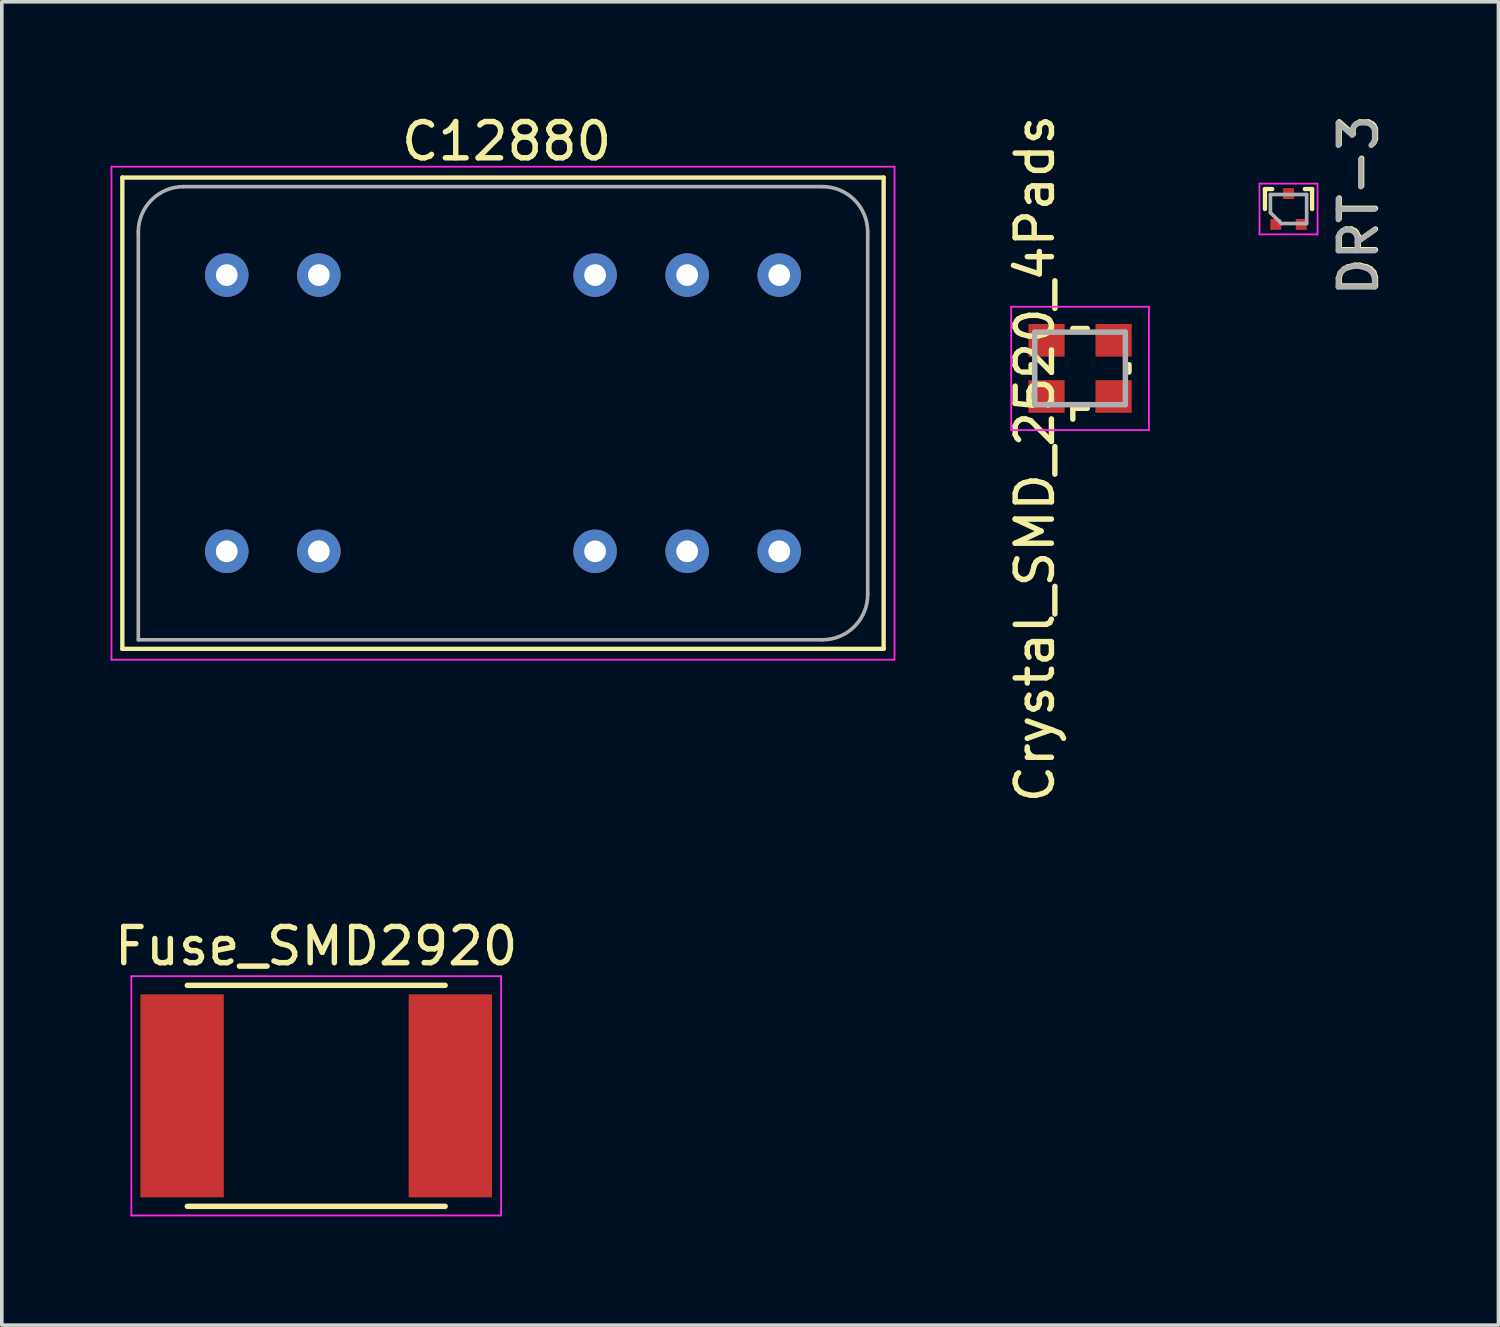
<source format=kicad_pcb>
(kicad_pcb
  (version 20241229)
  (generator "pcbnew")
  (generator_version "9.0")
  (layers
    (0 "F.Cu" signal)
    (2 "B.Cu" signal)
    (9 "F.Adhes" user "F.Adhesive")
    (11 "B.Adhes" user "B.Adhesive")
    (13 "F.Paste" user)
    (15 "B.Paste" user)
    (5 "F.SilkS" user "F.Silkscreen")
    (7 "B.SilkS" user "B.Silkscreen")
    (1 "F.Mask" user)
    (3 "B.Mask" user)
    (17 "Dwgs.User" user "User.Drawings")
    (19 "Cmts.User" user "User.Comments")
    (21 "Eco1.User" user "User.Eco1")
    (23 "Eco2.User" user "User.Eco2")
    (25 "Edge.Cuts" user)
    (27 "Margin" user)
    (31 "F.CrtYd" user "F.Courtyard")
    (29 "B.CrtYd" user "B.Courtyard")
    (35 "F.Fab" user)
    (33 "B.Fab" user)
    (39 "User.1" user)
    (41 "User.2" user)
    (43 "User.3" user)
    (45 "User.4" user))
  (footprint "Crystal_SMD_2520_4Pads"
    (layer "F.Cu")
    (at 26.743 7.112)
    (property "Reference" "Crystal_SMD_2520_4Pads" (at -1.245 2.489 90) (layer "F.SilkS") (effects (font (size 1 1) (thickness 0.15))))
    (attr smd)
    (fp_line (start -1.35 0.1) (end -1.6 0.1) (stroke (width 0.15) (type solid)) (layer "F.SilkS"))
    (fp_line (start -1.35 0.1) (end -1.35 -0.1) (stroke (width 0.15) (type solid)) (layer "F.SilkS"))
    (fp_line (start -0.2 -1.1) (end 0.2 -1.1) (stroke (width 0.15) (type solid)) (layer "F.SilkS"))
    (fp_line (start -0.2 1.1) (end -0.2 1.4) (stroke (width 0.15) (type solid)) (layer "F.SilkS"))
    (fp_line (start 0.2 1.1) (end -0.2 1.1) (stroke (width 0.15) (type solid)) (layer "F.SilkS"))
    (fp_line (start 1.35 0.1) (end 1.35 -0.1) (stroke (width 0.15) (type solid)) (layer "F.SilkS"))
    (fp_line (start -1.9 -1.7) (end -1.9 1.7) (stroke (width 0.05) (type solid)) (layer "F.CrtYd"))
    (fp_line (start -1.9 1.7) (end 1.9 1.7) (stroke (width 0.05) (type solid)) (layer "F.CrtYd"))
    (fp_line (start 1.9 -1.7) (end -1.9 -1.7) (stroke (width 0.05) (type solid)) (layer "F.CrtYd"))
    (fp_line (start 1.9 1.7) (end 1.9 -1.7) (stroke (width 0.05) (type solid)) (layer "F.CrtYd"))
    (fp_line (start -1.25 -1) (end -1.25 1) (stroke (width 0.15) (type solid)) (layer "F.Fab"))
    (fp_line (start -1.25 1) (end 1.25 1) (stroke (width 0.15) (type solid)) (layer "F.Fab"))
    (fp_line (start 1.25 -1) (end -1.25 -1) (stroke (width 0.15) (type solid)) (layer "F.Fab"))
    (fp_line (start 1.25 1) (end 1.25 -1) (stroke (width 0.15) (type solid)) (layer "F.Fab"))
    (pad "1" smd rect (at -0.925 0.775) (size 1 0.9) (layers "F.Cu" "F.Mask" "F.Paste"))
    (pad "2" smd rect (at 0.925 -0.775) (size 1 0.9) (layers "F.Cu" "F.Mask" "F.Paste"))
    (pad "3" smd rect (at -0.925 -0.775) (size 1 0.9) (layers "F.Cu" "F.Mask" "F.Paste"))
    (pad "3" smd rect (at 0.925 0.775) (size 1 0.9) (layers "F.Cu" "F.Mask" "F.Paste")))
  (footprint "C12880"
    (layer "F.Cu")
    (at 10.825 8.348)
    (property "Reference" "C12880" (at 0.1 -7.5 0) (layer "F.SilkS") (effects (font (size 1 1) (thickness 0.15))))
    (attr through_hole)
    (fp_line (start -10.5 -6.5) (end 10.5 -6.5) (stroke (width 0.12) (type solid)) (layer "F.SilkS"))
    (fp_line (start -10.5 6.5) (end -10.5 -6.5) (stroke (width 0.12) (type solid)) (layer "F.SilkS"))
    (fp_line (start 10.5 -6.5) (end 10.5 6.5) (stroke (width 0.12) (type solid)) (layer "F.SilkS"))
    (fp_line (start 10.5 6.5) (end -10.5 6.5) (stroke (width 0.12) (type solid)) (layer "F.SilkS"))
    (fp_line (start -10.8 -6.8) (end 10.8 -6.8) (stroke (width 0.05) (type solid)) (layer "F.CrtYd"))
    (fp_line (start -10.8 6.8) (end -10.8 -6.8) (stroke (width 0.05) (type solid)) (layer "F.CrtYd"))
    (fp_line (start 10.8 -6.8) (end 10.8 6.8) (stroke (width 0.05) (type solid)) (layer "F.CrtYd"))
    (fp_line (start 10.8 6.8) (end -10.8 6.8) (stroke (width 0.05) (type solid)) (layer "F.CrtYd"))
    (fp_line (start -10.06 6.25) (end -10.06 -5) (stroke (width 0.1) (type solid)) (layer "F.Fab"))
    (fp_line (start -8.81 -6.25) (end 8.81 -6.25) (stroke (width 0.1) (type solid)) (layer "F.Fab"))
    (fp_line (start 8.81 6.25) (end -10.06 6.25) (stroke (width 0.1) (type solid)) (layer "F.Fab"))
    (fp_line (start 10.06 -5) (end 10.06 5) (stroke (width 0.1) (type solid)) (layer "F.Fab"))
    (fp_arc (start -10.06 -5) (mid -9.693883 -5.883883) (end -8.81 -6.25) (stroke (width 0.1) (type solid)) (layer "F.Fab"))
    (fp_arc (start 8.81 -6.25) (mid 9.693883 -5.883883) (end 10.06 -5) (stroke (width 0.1) (type solid)) (layer "F.Fab"))
    (fp_arc (start 10.06 5) (mid 9.693883 5.883883) (end 8.81 6.25) (stroke (width 0.1) (type solid)) (layer "F.Fab"))
    (pad "1" thru_hole circle (at -7.62 3.81) (size 1.2 1.2) (drill 0.6) (layers "*.Cu" "*.Mask"))
    (pad "2" thru_hole circle (at -5.08 3.81) (size 1.2 1.2) (drill 0.6) (layers "*.Cu" "*.Mask"))
    (pad "3" thru_hole circle (at 2.54 3.81) (size 1.2 1.2) (drill 0.6) (layers "*.Cu" "*.Mask"))
    (pad "4" thru_hole circle (at 5.08 3.81) (size 1.2 1.2) (drill 0.6) (layers "*.Cu" "*.Mask"))
    (pad "5" thru_hole circle (at 7.62 3.81) (size 1.2 1.2) (drill 0.6) (layers "*.Cu" "*.Mask"))
    (pad "6" thru_hole circle (at 7.62 -3.81) (size 1.2 1.2) (drill 0.6) (layers "*.Cu" "*.Mask"))
    (pad "7" thru_hole circle (at 5.08 -3.81) (size 1.2 1.2) (drill 0.6) (layers "*.Cu" "*.Mask"))
    (pad "8" thru_hole circle (at 2.54 -3.81) (size 1.2 1.2) (drill 0.6) (layers "*.Cu" "*.Mask"))
    (pad "9" thru_hole circle (at -5.08 -3.81) (size 1.2 1.2) (drill 0.6) (layers "*.Cu" "*.Mask"))
    (pad "10" thru_hole circle (at -7.62 -3.81) (size 1.2 1.2) (drill 0.6) (layers "*.Cu" "*.Mask")))
  (footprint "Fuse_SMD2920"
    (layer "F.Cu")
    (at 5.673 27.178)
    (property "Reference" "Fuse_SMD2920" (at 0 -4.128 0) (layer "F.SilkS") (effects (font (size 1 1) (thickness 0.15))))
    (attr smd)
    (fp_line (start -3.556 -3.048) (end 3.556 -3.048) (stroke (width 0.15) (type solid)) (layer "F.SilkS"))
    (fp_line (start -3.556 3.048) (end 3.556 3.048) (stroke (width 0.15) (type solid)) (layer "F.SilkS"))
    (fp_line (start -5.1 -3.3) (end -5.1 3.3) (stroke (width 0.05) (type solid)) (layer "F.CrtYd"))
    (fp_line (start -5.1 -3.3) (end 5.1 -3.3) (stroke (width 0.05) (type solid)) (layer "F.CrtYd"))
    (fp_line (start -5.1 3.3) (end 5.1 3.3) (stroke (width 0.05) (type solid)) (layer "F.CrtYd"))
    (fp_line (start 5.1 -3.3) (end 5.1 3.3) (stroke (width 0.05) (type solid)) (layer "F.CrtYd"))
    (pad "1" smd rect (at -3.7 0 90) (size 5.6 2.3) (layers "F.Cu" "F.Mask" "F.Paste"))
    (pad "2" smd rect (at 3.7 0 90) (size 5.6 2.3) (layers "F.Cu" "F.Mask" "F.Paste")))
  (footprint "DRT-3"
    (layer "F.Cu")
    (at 32.493 2.715)
    (property "Reference" "DRT-3" (at 1.943 -0.114 90) (layer "F.SilkS") (effects (font (size 1 1) (thickness 0.15))))
    (attr smd)
    (fp_line (start -0.65 -0.55) (end -0.45 -0.55) (stroke (width 0.12) (type solid)) (layer "F.SilkS"))
    (fp_line (start -0.65 0) (end -0.65 -0.55) (stroke (width 0.12) (type solid)) (layer "F.SilkS"))
    (fp_line (start 0.65 -0.55) (end 0.45 -0.55) (stroke (width 0.12) (type solid)) (layer "F.SilkS"))
    (fp_line (start 0.65 0) (end 0.65 -0.55) (stroke (width 0.12) (type solid)) (layer "F.SilkS"))
    (fp_line (start -0.8 -0.7) (end 0.8 -0.7) (stroke (width 0.05) (type solid)) (layer "F.CrtYd"))
    (fp_line (start -0.8 0.7) (end -0.8 -0.7) (stroke (width 0.05) (type solid)) (layer "F.CrtYd"))
    (fp_line (start 0.8 -0.7) (end 0.8 0.7) (stroke (width 0.05) (type solid)) (layer "F.CrtYd"))
    (fp_line (start 0.8 0.7) (end -0.8 0.7) (stroke (width 0.05) (type solid)) (layer "F.CrtYd"))
    (fp_line (start -0.5 -0.4) (end 0.5 -0.4) (stroke (width 0.1) (type solid)) (layer "F.Fab"))
    (fp_line (start -0.5 0.1) (end -0.5 -0.4) (stroke (width 0.1) (type solid)) (layer "F.Fab"))
    (fp_line (start -0.5 0.1) (end -0.2 0.4) (stroke (width 0.1) (type solid)) (layer "F.Fab"))
    (fp_line (start 0.5 -0.4) (end 0.5 0.4) (stroke (width 0.1) (type solid)) (layer "F.Fab"))
    (fp_line (start 0.5 0.4) (end -0.2 0.4) (stroke (width 0.1) (type solid)) (layer "F.Fab"))
    (fp_text user "${REFERENCE}" (at 1.918 -0.089 90) (layer "F.Fab") (effects (font (size 1 1) (thickness 0.15))))
    (pad "1" smd rect (at -0.35 0.425) (size 0.3 0.3) (layers "F.Cu" "F.Mask" "F.Paste"))
    (pad "2" smd rect (at 0.35 0.425) (size 0.3 0.3) (layers "F.Cu" "F.Mask" "F.Paste"))
    (pad "3" smd rect (at 0 -0.425) (size 0.3 0.3) (layers "F.Cu" "F.Mask" "F.Paste")))
  (gr_rect
    (start -3 -3)
    (end 38.284 33.503)
    (stroke (width 0.1) (type default))
    (fill no)
    (layer "Edge.Cuts")))
</source>
